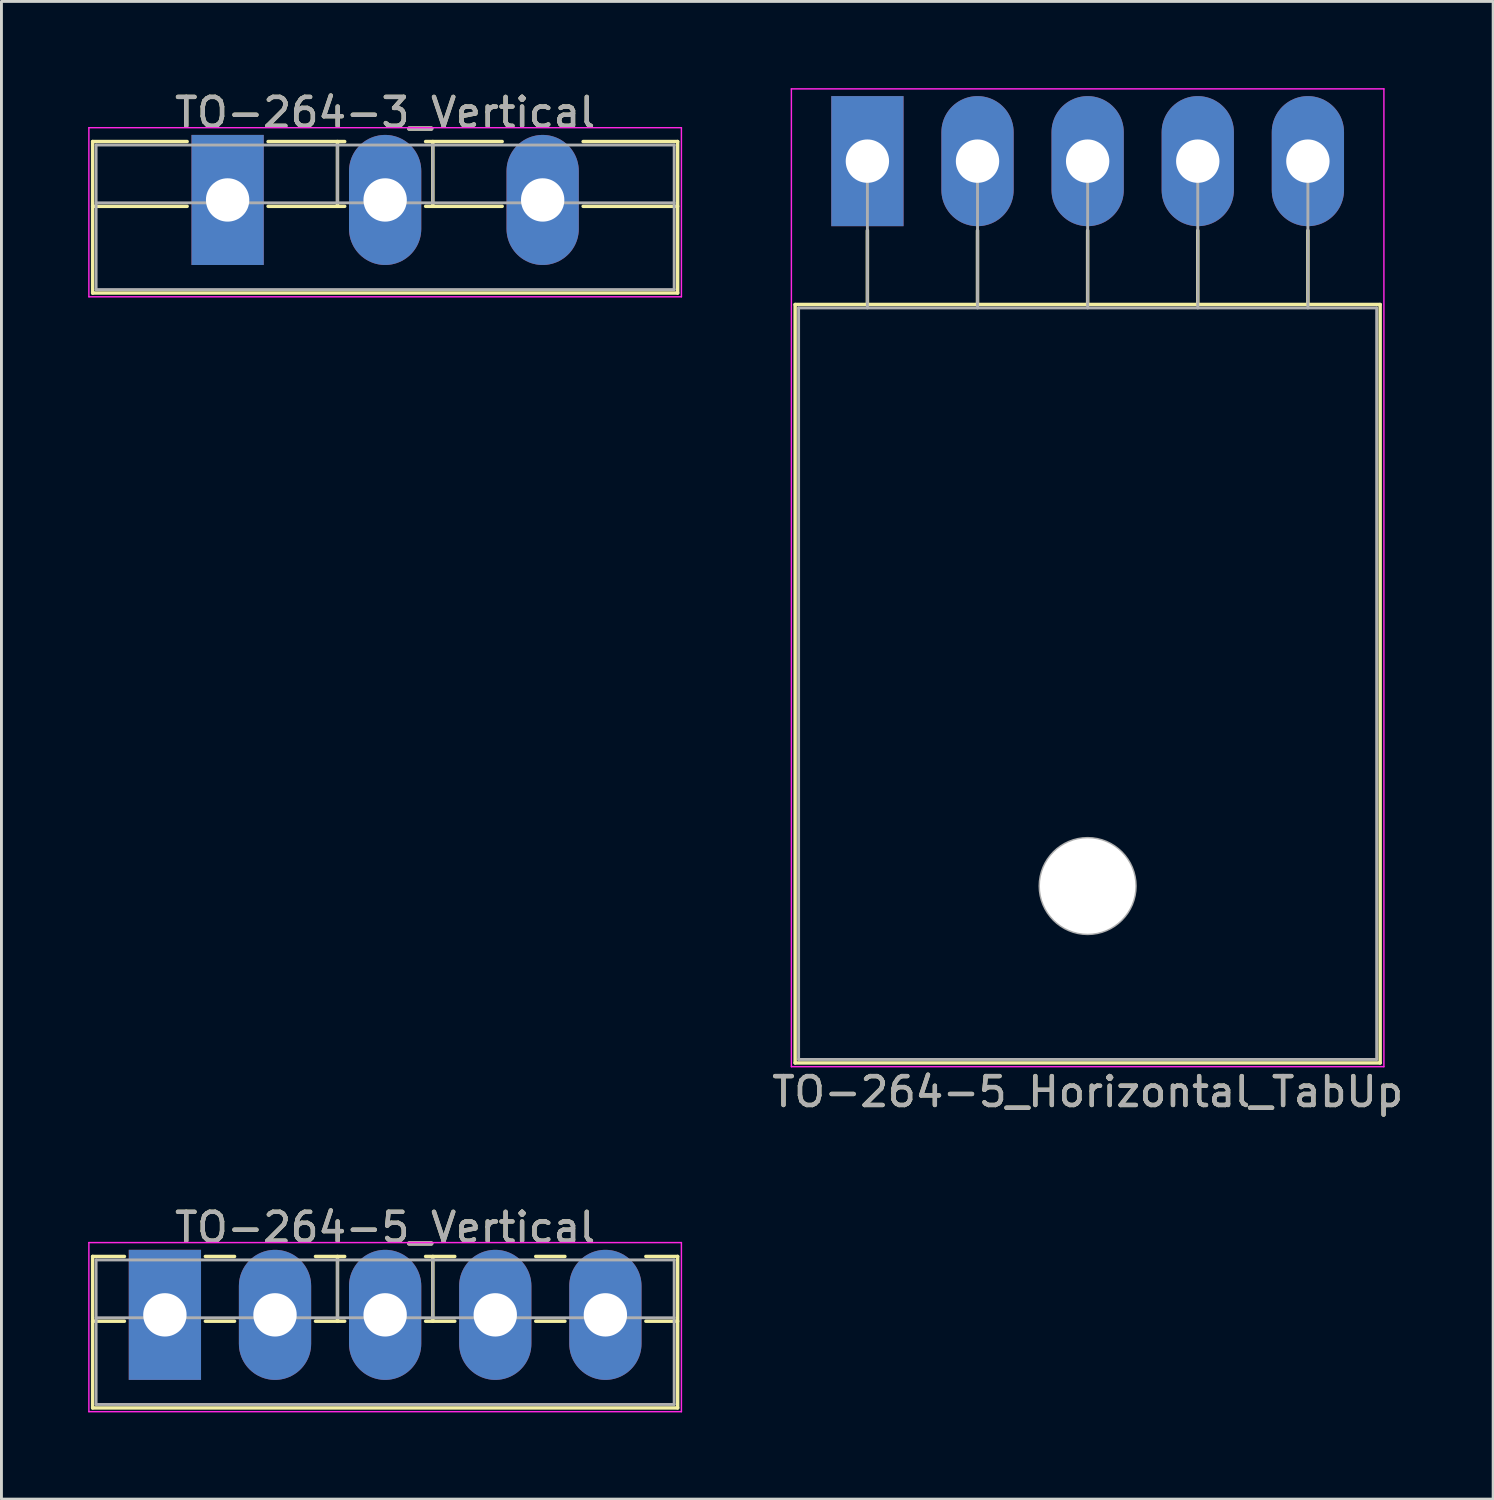
<source format=kicad_pcb>
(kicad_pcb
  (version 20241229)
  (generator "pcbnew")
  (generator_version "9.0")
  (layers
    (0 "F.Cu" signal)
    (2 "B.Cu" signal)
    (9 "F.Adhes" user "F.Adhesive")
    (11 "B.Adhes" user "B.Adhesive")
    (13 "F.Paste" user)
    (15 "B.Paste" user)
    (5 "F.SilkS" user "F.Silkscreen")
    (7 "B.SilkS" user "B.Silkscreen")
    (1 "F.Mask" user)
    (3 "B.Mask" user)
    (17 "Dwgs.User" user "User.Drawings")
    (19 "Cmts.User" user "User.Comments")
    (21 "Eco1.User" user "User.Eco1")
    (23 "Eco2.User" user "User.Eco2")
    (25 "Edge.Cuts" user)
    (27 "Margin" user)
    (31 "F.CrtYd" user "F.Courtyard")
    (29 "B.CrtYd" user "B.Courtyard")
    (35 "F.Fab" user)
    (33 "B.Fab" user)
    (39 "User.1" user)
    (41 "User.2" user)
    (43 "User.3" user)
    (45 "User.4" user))
  (footprint "TO-264-3_Vertical"
    (layer "F.Cu")
    (at 4.825 3.868)
    (property "Reference" "TO-264-3_Vertical" (at 5.45 -3.02 0) (layer "F.SilkS") (effects (font (size 1 1) (thickness 0.15))))
    (attr through_hole)
    (fp_line (start -4.67 -2.021) (end -4.67 3.22) (stroke (width 0.12) (type solid)) (layer "F.SilkS"))
    (fp_line (start -4.67 -2.021) (end -1.4 -2.021) (stroke (width 0.12) (type solid)) (layer "F.SilkS"))
    (fp_line (start -4.67 0.22) (end -1.4 0.22) (stroke (width 0.12) (type solid)) (layer "F.SilkS"))
    (fp_line (start -4.67 3.22) (end 15.57 3.22) (stroke (width 0.12) (type solid)) (layer "F.SilkS"))
    (fp_line (start 1.4 -2.021) (end 4.051 -2.021) (stroke (width 0.12) (type solid)) (layer "F.SilkS"))
    (fp_line (start 1.4 0.22) (end 4.051 0.22) (stroke (width 0.12) (type solid)) (layer "F.SilkS"))
    (fp_line (start 3.8 -2.021) (end 3.8 0.22) (stroke (width 0.12) (type solid)) (layer "F.SilkS"))
    (fp_line (start 6.85 -2.021) (end 9.5 -2.021) (stroke (width 0.12) (type solid)) (layer "F.SilkS"))
    (fp_line (start 6.85 0.22) (end 9.5 0.22) (stroke (width 0.12) (type solid)) (layer "F.SilkS"))
    (fp_line (start 7.1 -2.021) (end 7.1 0.22) (stroke (width 0.12) (type solid)) (layer "F.SilkS"))
    (fp_line (start 12.3 -2.021) (end 15.57 -2.021) (stroke (width 0.12) (type solid)) (layer "F.SilkS"))
    (fp_line (start 12.3 0.22) (end 15.57 0.22) (stroke (width 0.12) (type solid)) (layer "F.SilkS"))
    (fp_line (start 15.57 -2.021) (end 15.57 3.22) (stroke (width 0.12) (type solid)) (layer "F.SilkS"))
    (fp_line (start -4.8 -2.5) (end -4.8 3.35) (stroke (width 0.05) (type solid)) (layer "F.CrtYd"))
    (fp_line (start -4.8 3.35) (end 15.7 3.35) (stroke (width 0.05) (type solid)) (layer "F.CrtYd"))
    (fp_line (start 15.7 -2.5) (end -4.8 -2.5) (stroke (width 0.05) (type solid)) (layer "F.CrtYd"))
    (fp_line (start 15.7 3.35) (end 15.7 -2.5) (stroke (width 0.05) (type solid)) (layer "F.CrtYd"))
    (fp_line (start -4.55 -1.9) (end -4.55 3.1) (stroke (width 0.1) (type solid)) (layer "F.Fab"))
    (fp_line (start -4.55 0.1) (end 15.45 0.1) (stroke (width 0.1) (type solid)) (layer "F.Fab"))
    (fp_line (start -4.55 3.1) (end 15.45 3.1) (stroke (width 0.1) (type solid)) (layer "F.Fab"))
    (fp_line (start 3.8 -1.9) (end 3.8 0.1) (stroke (width 0.1) (type solid)) (layer "F.Fab"))
    (fp_line (start 7.1 -1.9) (end 7.1 0.1) (stroke (width 0.1) (type solid)) (layer "F.Fab"))
    (fp_line (start 15.45 -1.9) (end -4.55 -1.9) (stroke (width 0.1) (type solid)) (layer "F.Fab"))
    (fp_line (start 15.45 3.1) (end 15.45 -1.9) (stroke (width 0.1) (type solid)) (layer "F.Fab"))
    (fp_text user "${REFERENCE}" (at 5.45 -3.02 0) (layer "F.Fab") (effects (font (size 1 1) (thickness 0.15))))
    (pad "1" thru_hole rect (at 0 0) (size 2.5 4.5) (drill 1.5) (layers "*.Cu" "*.Mask"))
    (pad "2" thru_hole oval (at 5.45 0) (size 2.5 4.5) (drill 1.5) (layers "*.Cu" "*.Mask"))
    (pad "3" thru_hole oval (at 10.9 0) (size 2.5 4.5) (drill 1.5) (layers "*.Cu" "*.Mask")))
  (footprint "TO-264-5_Horizontal_TabUp"
    (layer "F.Cu")
    (at 26.96 2.525)
    (property "Reference" "TO-264-5_Horizontal_TabUp" (at 7.62 32.2 0) (layer "F.SilkS") (effects (font (size 1 1) (thickness 0.15))))
    (attr through_hole)
    (fp_line (start -2.5 4.96) (end -2.5 31.2) (stroke (width 0.12) (type solid)) (layer "F.SilkS"))
    (fp_line (start -2.5 4.96) (end 17.74 4.96) (stroke (width 0.12) (type solid)) (layer "F.SilkS"))
    (fp_line (start -2.5 31.2) (end 17.74 31.2) (stroke (width 0.12) (type solid)) (layer "F.SilkS"))
    (fp_line (start 0 2.4) (end 0 4.96) (stroke (width 0.12) (type solid)) (layer "F.SilkS"))
    (fp_line (start 3.81 2.4) (end 3.81 4.96) (stroke (width 0.12) (type solid)) (layer "F.SilkS"))
    (fp_line (start 7.62 2.4) (end 7.62 4.96) (stroke (width 0.12) (type solid)) (layer "F.SilkS"))
    (fp_line (start 11.43 2.4) (end 11.43 4.96) (stroke (width 0.12) (type solid)) (layer "F.SilkS"))
    (fp_line (start 15.24 2.4) (end 15.24 4.96) (stroke (width 0.12) (type solid)) (layer "F.SilkS"))
    (fp_line (start 17.74 4.96) (end 17.74 31.2) (stroke (width 0.12) (type solid)) (layer "F.SilkS"))
    (fp_line (start -2.63 -2.5) (end -2.63 31.33) (stroke (width 0.05) (type solid)) (layer "F.CrtYd"))
    (fp_line (start -2.63 31.33) (end 17.87 31.33) (stroke (width 0.05) (type solid)) (layer "F.CrtYd"))
    (fp_line (start 17.87 -2.5) (end -2.63 -2.5) (stroke (width 0.05) (type solid)) (layer "F.CrtYd"))
    (fp_line (start 17.87 31.33) (end 17.87 -2.5) (stroke (width 0.05) (type solid)) (layer "F.CrtYd"))
    (fp_line (start -2.38 5.08) (end -2.38 31.08) (stroke (width 0.1) (type solid)) (layer "F.Fab"))
    (fp_line (start -2.38 31.08) (end 17.62 31.08) (stroke (width 0.1) (type solid)) (layer "F.Fab"))
    (fp_line (start 0 5.08) (end 0 0) (stroke (width 0.1) (type solid)) (layer "F.Fab"))
    (fp_line (start 3.81 5.08) (end 3.81 0) (stroke (width 0.1) (type solid)) (layer "F.Fab"))
    (fp_line (start 7.62 5.08) (end 7.62 0) (stroke (width 0.1) (type solid)) (layer "F.Fab"))
    (fp_line (start 11.43 5.08) (end 11.43 0) (stroke (width 0.1) (type solid)) (layer "F.Fab"))
    (fp_line (start 15.24 5.08) (end 15.24 0) (stroke (width 0.1) (type solid)) (layer "F.Fab"))
    (fp_line (start 17.62 5.08) (end -2.38 5.08) (stroke (width 0.1) (type solid)) (layer "F.Fab"))
    (fp_line (start 17.62 31.08) (end 17.62 5.08) (stroke (width 0.1) (type solid)) (layer "F.Fab"))
    (fp_circle (center 7.62 25.08) (end 9.27 25.08) (stroke (width 0.1) (type solid)) (fill no) (layer "F.Fab"))
    (fp_text user "${REFERENCE}" (at 7.62 32.2 0) (layer "F.Fab") (effects (font (size 1 1) (thickness 0.15))))
    (pad "" np_thru_hole oval (at 7.62 25.08) (size 3.3 3.3) (drill 3.3) (layers "*.Cu" "*.Mask"))
    (pad "1" thru_hole rect (at 0 0) (size 2.5 4.5) (drill 1.5) (layers "*.Cu" "*.Mask"))
    (pad "2" thru_hole oval (at 3.81 0) (size 2.5 4.5) (drill 1.5) (layers "*.Cu" "*.Mask"))
    (pad "3" thru_hole oval (at 7.62 0) (size 2.5 4.5) (drill 1.5) (layers "*.Cu" "*.Mask"))
    (pad "4" thru_hole oval (at 11.43 0) (size 2.5 4.5) (drill 1.5) (layers "*.Cu" "*.Mask"))
    (pad "5" thru_hole oval (at 15.24 0) (size 2.5 4.5) (drill 1.5) (layers "*.Cu" "*.Mask")))
  (footprint "TO-264-5_Vertical"
    (layer "F.Cu")
    (at 2.655 42.441)
    (property "Reference" "TO-264-5_Vertical" (at 7.62 -3.02 0) (layer "F.SilkS") (effects (font (size 1 1) (thickness 0.15))))
    (attr through_hole)
    (fp_line (start -2.5 -2.021) (end -2.5 3.22) (stroke (width 0.12) (type solid)) (layer "F.SilkS"))
    (fp_line (start -2.5 -2.021) (end -1.4 -2.021) (stroke (width 0.12) (type solid)) (layer "F.SilkS"))
    (fp_line (start -2.5 0.22) (end -1.4 0.22) (stroke (width 0.12) (type solid)) (layer "F.SilkS"))
    (fp_line (start -2.5 3.22) (end 17.74 3.22) (stroke (width 0.12) (type solid)) (layer "F.SilkS"))
    (fp_line (start 1.4 -2.021) (end 2.41 -2.021) (stroke (width 0.12) (type solid)) (layer "F.SilkS"))
    (fp_line (start 1.4 0.22) (end 2.41 0.22) (stroke (width 0.12) (type solid)) (layer "F.SilkS"))
    (fp_line (start 5.21 -2.021) (end 6.221 -2.021) (stroke (width 0.12) (type solid)) (layer "F.SilkS"))
    (fp_line (start 5.21 0.22) (end 6.221 0.22) (stroke (width 0.12) (type solid)) (layer "F.SilkS"))
    (fp_line (start 5.971 -2.021) (end 5.971 0.22) (stroke (width 0.12) (type solid)) (layer "F.SilkS"))
    (fp_line (start 9.02 -2.021) (end 10.03 -2.021) (stroke (width 0.12) (type solid)) (layer "F.SilkS"))
    (fp_line (start 9.02 0.22) (end 10.03 0.22) (stroke (width 0.12) (type solid)) (layer "F.SilkS"))
    (fp_line (start 9.27 -2.021) (end 9.27 0.22) (stroke (width 0.12) (type solid)) (layer "F.SilkS"))
    (fp_line (start 12.83 -2.021) (end 13.84 -2.021) (stroke (width 0.12) (type solid)) (layer "F.SilkS"))
    (fp_line (start 12.83 0.22) (end 13.84 0.22) (stroke (width 0.12) (type solid)) (layer "F.SilkS"))
    (fp_line (start 16.64 -2.021) (end 17.74 -2.021) (stroke (width 0.12) (type solid)) (layer "F.SilkS"))
    (fp_line (start 16.64 0.22) (end 17.74 0.22) (stroke (width 0.12) (type solid)) (layer "F.SilkS"))
    (fp_line (start 17.74 -2.021) (end 17.74 3.22) (stroke (width 0.12) (type solid)) (layer "F.SilkS"))
    (fp_line (start -2.63 -2.5) (end -2.63 3.35) (stroke (width 0.05) (type solid)) (layer "F.CrtYd"))
    (fp_line (start -2.63 3.35) (end 17.87 3.35) (stroke (width 0.05) (type solid)) (layer "F.CrtYd"))
    (fp_line (start 17.87 -2.5) (end -2.63 -2.5) (stroke (width 0.05) (type solid)) (layer "F.CrtYd"))
    (fp_line (start 17.87 3.35) (end 17.87 -2.5) (stroke (width 0.05) (type solid)) (layer "F.CrtYd"))
    (fp_line (start -2.38 -1.9) (end -2.38 3.1) (stroke (width 0.1) (type solid)) (layer "F.Fab"))
    (fp_line (start -2.38 0.1) (end 17.62 0.1) (stroke (width 0.1) (type solid)) (layer "F.Fab"))
    (fp_line (start -2.38 3.1) (end 17.62 3.1) (stroke (width 0.1) (type solid)) (layer "F.Fab"))
    (fp_line (start 5.97 -1.9) (end 5.97 0.1) (stroke (width 0.1) (type solid)) (layer "F.Fab"))
    (fp_line (start 9.27 -1.9) (end 9.27 0.1) (stroke (width 0.1) (type solid)) (layer "F.Fab"))
    (fp_line (start 17.62 -1.9) (end -2.38 -1.9) (stroke (width 0.1) (type solid)) (layer "F.Fab"))
    (fp_line (start 17.62 3.1) (end 17.62 -1.9) (stroke (width 0.1) (type solid)) (layer "F.Fab"))
    (fp_text user "${REFERENCE}" (at 7.62 -3.02 0) (layer "F.Fab") (effects (font (size 1 1) (thickness 0.15))))
    (pad "1" thru_hole rect (at 0 0) (size 2.5 4.5) (drill 1.5) (layers "*.Cu" "*.Mask"))
    (pad "2" thru_hole oval (at 3.81 0) (size 2.5 4.5) (drill 1.5) (layers "*.Cu" "*.Mask"))
    (pad "3" thru_hole oval (at 7.62 0) (size 2.5 4.5) (drill 1.5) (layers "*.Cu" "*.Mask"))
    (pad "4" thru_hole oval (at 11.43 0) (size 2.5 4.5) (drill 1.5) (layers "*.Cu" "*.Mask"))
    (pad "5" thru_hole oval (at 15.24 0) (size 2.5 4.5) (drill 1.5) (layers "*.Cu" "*.Mask")))
  (gr_rect
    (start -3 -3)
    (end 48.61 48.816)
    (stroke (width 0.1) (type default))
    (fill no)
    (layer "Edge.Cuts")))
</source>
